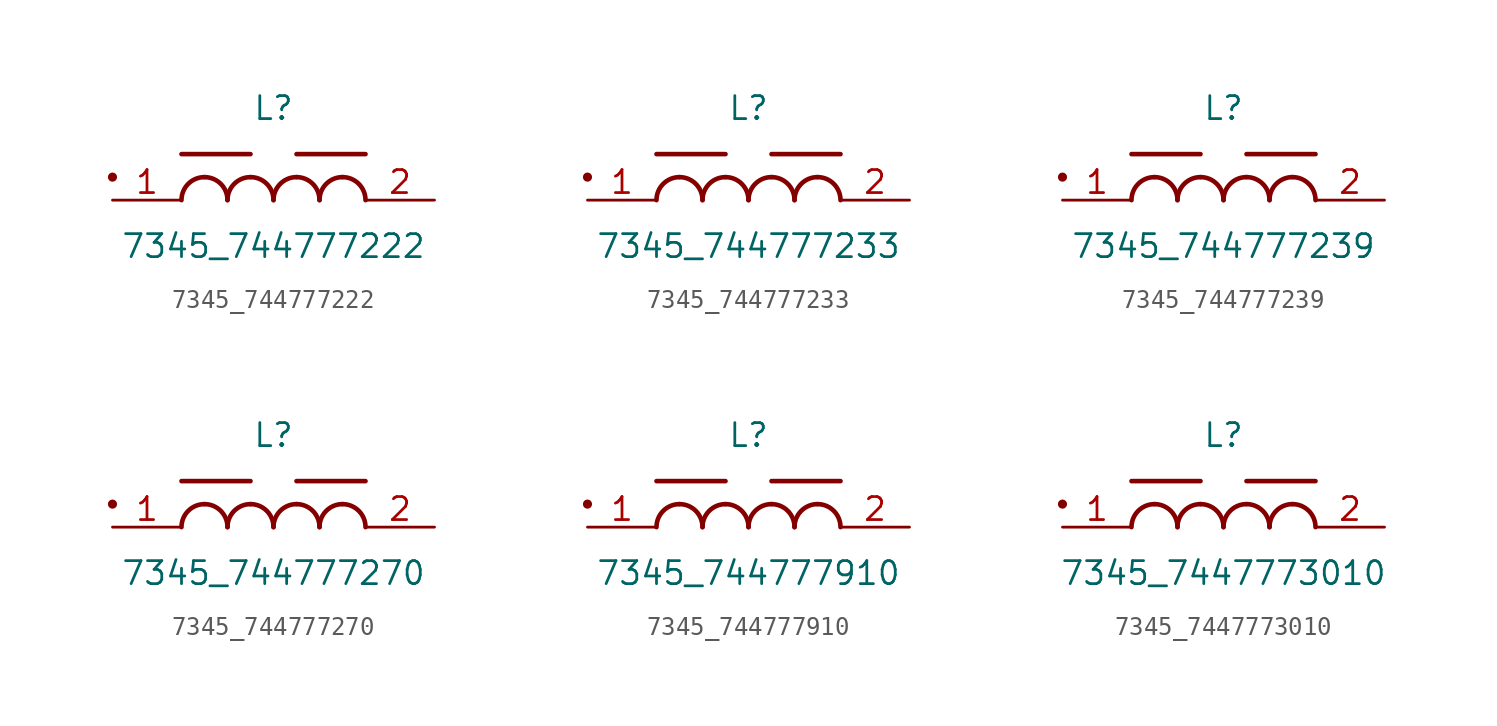
<source format=kicad_sym>
(kicad_symbol_lib
  (version 20211014)
  (generator kicad_symbol_editor)
  (symbol "Inductor_Wurth_WE-PD:7345_744777222"
    (pin_names hide)
    (property "Reference" "L"
      (at 0 5.08 0)
      (effects (font (size 1.27 1.27))))
    (property "Value" "7345_744777222"
      (at 0 -2.54 0)
      (effects (font (size 1.27 1.27))))
    (symbol "7345_744777222_0_1"
      (circle (center -8.89 1.27) (radius 0.0001) (stroke (width 0.254)) (stroke (width 0.254) (type default) (color 0 0 0 0)) (fill (type none)))
      (arc (start -3.81 1.27) (mid -4.708 0.898) (end -5.08 0) (stroke (width 0.254) (type default) (color 0 0 0 0)) (fill (type none)))
      (arc (start -2.54 0) (mid -2.912 0.898) (end -3.81 1.27) (stroke (width 0.254) (type default) (color 0 0 0 0)) (fill (type none)))
      (arc (start -1.2699 1.2701) (mid -2.1679 0.8981) (end -2.5399 0.0001) (stroke (width 0.254) (type default) (color 0 0 0 0)) (fill (type none)))
      (polyline (pts (xy -5.08 2.54) (xy -1.27 2.54)) (stroke (width 0.254) (type default) (color 0 0 0 0)) (fill (type none)))
      (polyline (pts (xy 5.08 2.54) (xy 1.27 2.54)) (stroke (width 0.254) (type default) (color 0 0 0 0)) (fill (type none)))
      (arc (start 0.0001 0.0001) (mid -0.3719 0.8981) (end -1.2699 1.2701) (stroke (width 0.254) (type default) (color 0 0 0 0)) (fill (type none)))
      (arc (start 1.2701 1.2701) (mid 0.3721 0.8981) (end 0.0001 0.0001) (stroke (width 0.254) (type default) (color 0 0 0 0)) (fill (type none)))
      (arc (start 2.5401 0.0001) (mid 2.1681 0.8981) (end 1.2701 1.2701) (stroke (width 0.254) (type default) (color 0 0 0 0)) (fill (type none)))
      (arc (start 3.8101 1.2701) (mid 2.9121 0.8981) (end 2.5401 0.0001) (stroke (width 0.254) (type default) (color 0 0 0 0)) (fill (type none)))
      (arc (start 5.0801 0.0001) (mid 4.7081 0.8981) (end 3.8101 1.2701) (stroke (width 0.254) (type default) (color 0 0 0 0)) (fill (type none))))
    (symbol "7345_744777222_1_1"
      (pin passive line (at -8.89 0 0) (length 3.81) (name "1" (effects (font (size 1.27 1.27)))) (number "1" (effects (font (size 1.27 1.27)))))
      (pin passive line (at 8.89 0 180) (length 3.81) (name "2" (effects (font (size 1.27 1.27)))) (number "2" (effects (font (size 1.27 1.27)))))))
  (symbol "Inductor_Wurth_WE-PD:7345_744777233"
    (pin_names hide)
    (property "Reference" "L"
      (at 0 5.08 0)
      (effects (font (size 1.27 1.27))))
    (property "Value" "7345_744777233"
      (at 0 -2.54 0)
      (effects (font (size 1.27 1.27))))
    (symbol "7345_744777233_0_1"
      (circle (center -8.89 1.27) (radius 0.0001) (stroke (width 0.254)) (stroke (width 0.254) (type default) (color 0 0 0 0)) (fill (type none)))
      (arc (start -3.81 1.27) (mid -4.708 0.898) (end -5.08 0) (stroke (width 0.254) (type default) (color 0 0 0 0)) (fill (type none)))
      (arc (start -2.54 0) (mid -2.912 0.898) (end -3.81 1.27) (stroke (width 0.254) (type default) (color 0 0 0 0)) (fill (type none)))
      (arc (start -1.2699 1.2701) (mid -2.1679 0.8981) (end -2.5399 0.0001) (stroke (width 0.254) (type default) (color 0 0 0 0)) (fill (type none)))
      (polyline (pts (xy -5.08 2.54) (xy -1.27 2.54)) (stroke (width 0.254) (type default) (color 0 0 0 0)) (fill (type none)))
      (polyline (pts (xy 5.08 2.54) (xy 1.27 2.54)) (stroke (width 0.254) (type default) (color 0 0 0 0)) (fill (type none)))
      (arc (start 0.0001 0.0001) (mid -0.3719 0.8981) (end -1.2699 1.2701) (stroke (width 0.254) (type default) (color 0 0 0 0)) (fill (type none)))
      (arc (start 1.2701 1.2701) (mid 0.3721 0.8981) (end 0.0001 0.0001) (stroke (width 0.254) (type default) (color 0 0 0 0)) (fill (type none)))
      (arc (start 2.5401 0.0001) (mid 2.1681 0.8981) (end 1.2701 1.2701) (stroke (width 0.254) (type default) (color 0 0 0 0)) (fill (type none)))
      (arc (start 3.8101 1.2701) (mid 2.9121 0.8981) (end 2.5401 0.0001) (stroke (width 0.254) (type default) (color 0 0 0 0)) (fill (type none)))
      (arc (start 5.0801 0.0001) (mid 4.7081 0.8981) (end 3.8101 1.2701) (stroke (width 0.254) (type default) (color 0 0 0 0)) (fill (type none))))
    (symbol "7345_744777233_1_1"
      (pin passive line (at -8.89 0 0) (length 3.81) (name "1" (effects (font (size 1.27 1.27)))) (number "1" (effects (font (size 1.27 1.27)))))
      (pin passive line (at 8.89 0 180) (length 3.81) (name "2" (effects (font (size 1.27 1.27)))) (number "2" (effects (font (size 1.27 1.27)))))))
  (symbol "Inductor_Wurth_WE-PD:7345_744777239"
    (pin_names hide)
    (property "Reference" "L"
      (at 0 5.08 0)
      (effects (font (size 1.27 1.27))))
    (property "Value" "7345_744777239"
      (at 0 -2.54 0)
      (effects (font (size 1.27 1.27))))
    (symbol "7345_744777239_0_1"
      (circle (center -8.89 1.27) (radius 0.0001) (stroke (width 0.254)) (stroke (width 0.254) (type default) (color 0 0 0 0)) (fill (type none)))
      (arc (start -3.81 1.27) (mid -4.708 0.898) (end -5.08 0) (stroke (width 0.254) (type default) (color 0 0 0 0)) (fill (type none)))
      (arc (start -2.54 0) (mid -2.912 0.898) (end -3.81 1.27) (stroke (width 0.254) (type default) (color 0 0 0 0)) (fill (type none)))
      (arc (start -1.2699 1.2701) (mid -2.1679 0.8981) (end -2.5399 0.0001) (stroke (width 0.254) (type default) (color 0 0 0 0)) (fill (type none)))
      (polyline (pts (xy -5.08 2.54) (xy -1.27 2.54)) (stroke (width 0.254) (type default) (color 0 0 0 0)) (fill (type none)))
      (polyline (pts (xy 5.08 2.54) (xy 1.27 2.54)) (stroke (width 0.254) (type default) (color 0 0 0 0)) (fill (type none)))
      (arc (start 0.0001 0.0001) (mid -0.3719 0.8981) (end -1.2699 1.2701) (stroke (width 0.254) (type default) (color 0 0 0 0)) (fill (type none)))
      (arc (start 1.2701 1.2701) (mid 0.3721 0.8981) (end 0.0001 0.0001) (stroke (width 0.254) (type default) (color 0 0 0 0)) (fill (type none)))
      (arc (start 2.5401 0.0001) (mid 2.1681 0.8981) (end 1.2701 1.2701) (stroke (width 0.254) (type default) (color 0 0 0 0)) (fill (type none)))
      (arc (start 3.8101 1.2701) (mid 2.9121 0.8981) (end 2.5401 0.0001) (stroke (width 0.254) (type default) (color 0 0 0 0)) (fill (type none)))
      (arc (start 5.0801 0.0001) (mid 4.7081 0.8981) (end 3.8101 1.2701) (stroke (width 0.254) (type default) (color 0 0 0 0)) (fill (type none))))
    (symbol "7345_744777239_1_1"
      (pin passive line (at -8.89 0 0) (length 3.81) (name "1" (effects (font (size 1.27 1.27)))) (number "1" (effects (font (size 1.27 1.27)))))
      (pin passive line (at 8.89 0 180) (length 3.81) (name "2" (effects (font (size 1.27 1.27)))) (number "2" (effects (font (size 1.27 1.27)))))))
  (symbol "Inductor_Wurth_WE-PD:7345_744777270"
    (pin_names hide)
    (property "Reference" "L"
      (at 0 5.08 0)
      (effects (font (size 1.27 1.27))))
    (property "Value" "7345_744777270"
      (at 0 -2.54 0)
      (effects (font (size 1.27 1.27))))
    (symbol "7345_744777270_0_1"
      (circle (center -8.89 1.27) (radius 0.0001) (stroke (width 0.254)) (stroke (width 0.254) (type default) (color 0 0 0 0)) (fill (type none)))
      (arc (start -3.81 1.27) (mid -4.708 0.898) (end -5.08 0) (stroke (width 0.254) (type default) (color 0 0 0 0)) (fill (type none)))
      (arc (start -2.54 0) (mid -2.912 0.898) (end -3.81 1.27) (stroke (width 0.254) (type default) (color 0 0 0 0)) (fill (type none)))
      (arc (start -1.2699 1.2701) (mid -2.1679 0.8981) (end -2.5399 0.0001) (stroke (width 0.254) (type default) (color 0 0 0 0)) (fill (type none)))
      (polyline (pts (xy -5.08 2.54) (xy -1.27 2.54)) (stroke (width 0.254) (type default) (color 0 0 0 0)) (fill (type none)))
      (polyline (pts (xy 5.08 2.54) (xy 1.27 2.54)) (stroke (width 0.254) (type default) (color 0 0 0 0)) (fill (type none)))
      (arc (start 0.0001 0.0001) (mid -0.3719 0.8981) (end -1.2699 1.2701) (stroke (width 0.254) (type default) (color 0 0 0 0)) (fill (type none)))
      (arc (start 1.2701 1.2701) (mid 0.3721 0.8981) (end 0.0001 0.0001) (stroke (width 0.254) (type default) (color 0 0 0 0)) (fill (type none)))
      (arc (start 2.5401 0.0001) (mid 2.1681 0.8981) (end 1.2701 1.2701) (stroke (width 0.254) (type default) (color 0 0 0 0)) (fill (type none)))
      (arc (start 3.8101 1.2701) (mid 2.9121 0.8981) (end 2.5401 0.0001) (stroke (width 0.254) (type default) (color 0 0 0 0)) (fill (type none)))
      (arc (start 5.0801 0.0001) (mid 4.7081 0.8981) (end 3.8101 1.2701) (stroke (width 0.254) (type default) (color 0 0 0 0)) (fill (type none))))
    (symbol "7345_744777270_1_1"
      (pin passive line (at -8.89 0 0) (length 3.81) (name "1" (effects (font (size 1.27 1.27)))) (number "1" (effects (font (size 1.27 1.27)))))
      (pin passive line (at 8.89 0 180) (length 3.81) (name "2" (effects (font (size 1.27 1.27)))) (number "2" (effects (font (size 1.27 1.27)))))))
  (symbol "Inductor_Wurth_WE-PD:7345_744777910"
    (pin_names hide)
    (property "Reference" "L"
      (at 0 5.08 0)
      (effects (font (size 1.27 1.27))))
    (property "Value" "7345_744777910"
      (at 0 -2.54 0)
      (effects (font (size 1.27 1.27))))
    (symbol "7345_744777910_0_1"
      (circle (center -8.89 1.27) (radius 0.0001) (stroke (width 0.254)) (stroke (width 0.254) (type default) (color 0 0 0 0)) (fill (type none)))
      (arc (start -3.81 1.27) (mid -4.708 0.898) (end -5.08 0) (stroke (width 0.254) (type default) (color 0 0 0 0)) (fill (type none)))
      (arc (start -2.54 0) (mid -2.912 0.898) (end -3.81 1.27) (stroke (width 0.254) (type default) (color 0 0 0 0)) (fill (type none)))
      (arc (start -1.2699 1.2701) (mid -2.1679 0.8981) (end -2.5399 0.0001) (stroke (width 0.254) (type default) (color 0 0 0 0)) (fill (type none)))
      (polyline (pts (xy -5.08 2.54) (xy -1.27 2.54)) (stroke (width 0.254) (type default) (color 0 0 0 0)) (fill (type none)))
      (polyline (pts (xy 5.08 2.54) (xy 1.27 2.54)) (stroke (width 0.254) (type default) (color 0 0 0 0)) (fill (type none)))
      (arc (start 0.0001 0.0001) (mid -0.3719 0.8981) (end -1.2699 1.2701) (stroke (width 0.254) (type default) (color 0 0 0 0)) (fill (type none)))
      (arc (start 1.2701 1.2701) (mid 0.3721 0.8981) (end 0.0001 0.0001) (stroke (width 0.254) (type default) (color 0 0 0 0)) (fill (type none)))
      (arc (start 2.5401 0.0001) (mid 2.1681 0.8981) (end 1.2701 1.2701) (stroke (width 0.254) (type default) (color 0 0 0 0)) (fill (type none)))
      (arc (start 3.8101 1.2701) (mid 2.9121 0.8981) (end 2.5401 0.0001) (stroke (width 0.254) (type default) (color 0 0 0 0)) (fill (type none)))
      (arc (start 5.0801 0.0001) (mid 4.7081 0.8981) (end 3.8101 1.2701) (stroke (width 0.254) (type default) (color 0 0 0 0)) (fill (type none))))
    (symbol "7345_744777910_1_1"
      (pin passive line (at -8.89 0 0) (length 3.81) (name "1" (effects (font (size 1.27 1.27)))) (number "1" (effects (font (size 1.27 1.27)))))
      (pin passive line (at 8.89 0 180) (length 3.81) (name "2" (effects (font (size 1.27 1.27)))) (number "2" (effects (font (size 1.27 1.27)))))))
  (symbol "Inductor_Wurth_WE-PD:7345_7447773010"
    (pin_names hide)
    (property "Reference" "L"
      (at 0 5.08 0)
      (effects (font (size 1.27 1.27))))
    (property "Value" "7345_7447773010"
      (at 0 -2.54 0)
      (effects (font (size 1.27 1.27))))
    (symbol "7345_7447773010_0_1"
      (circle (center -8.89 1.27) (radius 0.0001) (stroke (width 0.254)) (stroke (width 0.254) (type default) (color 0 0 0 0)) (fill (type none)))
      (arc (start -3.81 1.27) (mid -4.708 0.898) (end -5.08 0) (stroke (width 0.254) (type default) (color 0 0 0 0)) (fill (type none)))
      (arc (start -2.54 0) (mid -2.912 0.898) (end -3.81 1.27) (stroke (width 0.254) (type default) (color 0 0 0 0)) (fill (type none)))
      (arc (start -1.2699 1.2701) (mid -2.1679 0.8981) (end -2.5399 0.0001) (stroke (width 0.254) (type default) (color 0 0 0 0)) (fill (type none)))
      (polyline (pts (xy -5.08 2.54) (xy -1.27 2.54)) (stroke (width 0.254) (type default) (color 0 0 0 0)) (fill (type none)))
      (polyline (pts (xy 5.08 2.54) (xy 1.27 2.54)) (stroke (width 0.254) (type default) (color 0 0 0 0)) (fill (type none)))
      (arc (start 0.0001 0.0001) (mid -0.3719 0.8981) (end -1.2699 1.2701) (stroke (width 0.254) (type default) (color 0 0 0 0)) (fill (type none)))
      (arc (start 1.2701 1.2701) (mid 0.3721 0.8981) (end 0.0001 0.0001) (stroke (width 0.254) (type default) (color 0 0 0 0)) (fill (type none)))
      (arc (start 2.5401 0.0001) (mid 2.1681 0.8981) (end 1.2701 1.2701) (stroke (width 0.254) (type default) (color 0 0 0 0)) (fill (type none)))
      (arc (start 3.8101 1.2701) (mid 2.9121 0.8981) (end 2.5401 0.0001) (stroke (width 0.254) (type default) (color 0 0 0 0)) (fill (type none)))
      (arc (start 5.0801 0.0001) (mid 4.7081 0.8981) (end 3.8101 1.2701) (stroke (width 0.254) (type default) (color 0 0 0 0)) (fill (type none))))
    (symbol "7345_7447773010_1_1"
      (pin passive line (at -8.89 0 0) (length 3.81) (name "1" (effects (font (size 1.27 1.27)))) (number "1" (effects (font (size 1.27 1.27)))))
      (pin passive line (at 8.89 0 180) (length 3.81) (name "2" (effects (font (size 1.27 1.27)))) (number "2" (effects (font (size 1.27 1.27))))))))
</source>
